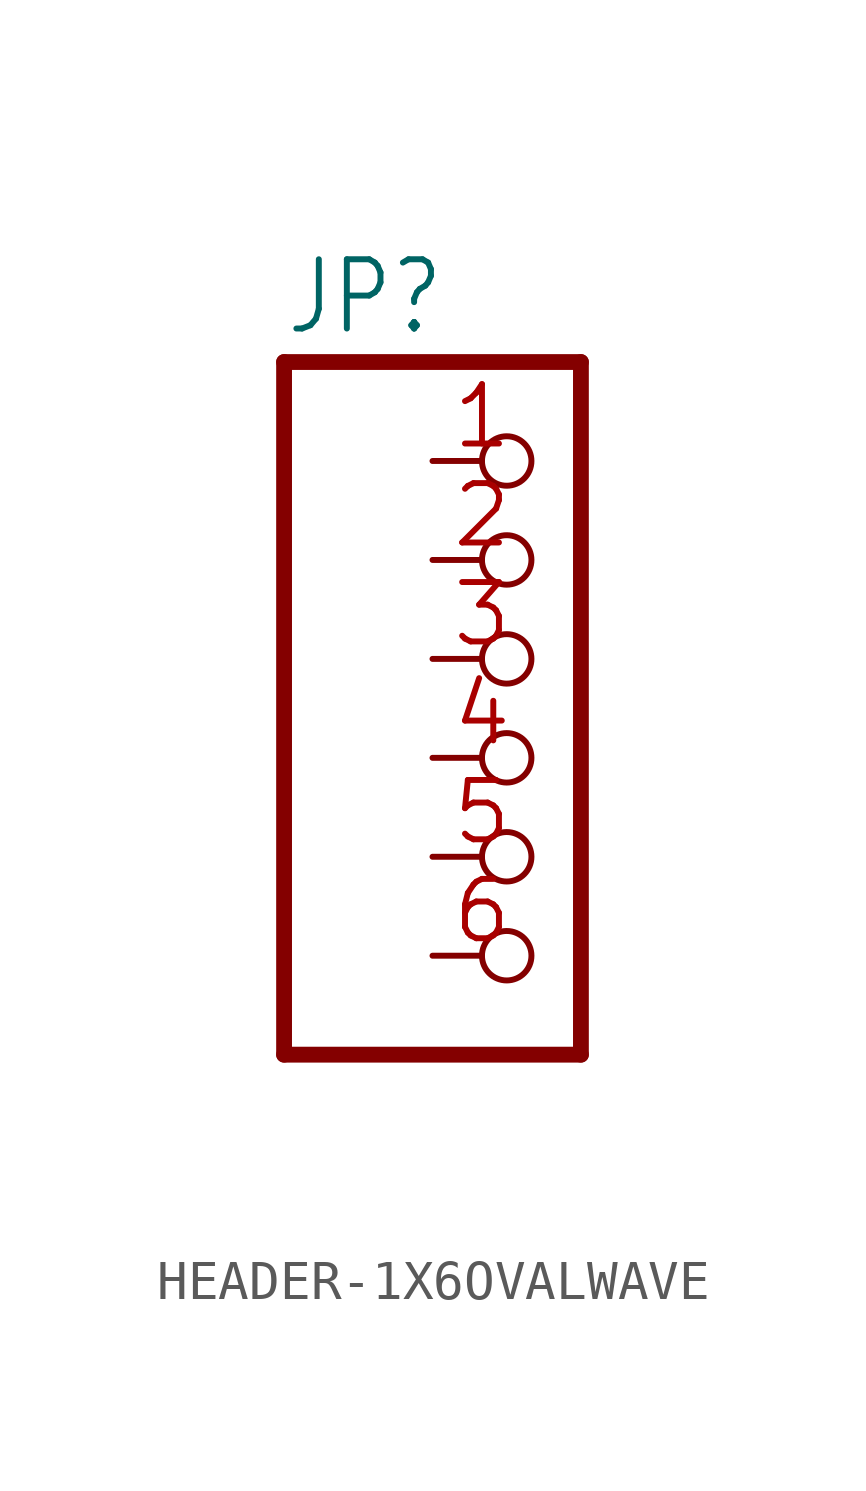
<source format=kicad_sym>
(kicad_symbol_lib
  (version 20241209)
  (generator "kicad_symbol_editor")
  (generator_version "9.0")
  (symbol "HEADER-1X6OVALWAVE"
    (property "Reference" "JP"
      (at -6.35 10.795 0)
      (effects (font (size 1.778 1.511)) (justify left bottom)))
    (property "Value" ""
      (at -6.35 -10.16 0)
      (effects (font (size 1.778 1.511)) (justify left bottom)))
    (property "ki_locked" ""
      (at 0 0 0)
      (effects (font (size 1.27 1.27))))
    (symbol "HEADER-1X6OVALWAVE_1_0"
      (polyline (pts (xy -6.35 10.16) (xy -6.35 -7.62)) (stroke (width 0.406) (type solid)) (fill (type none)))
      (polyline (pts (xy -6.35 -7.62) (xy 1.27 -7.62)) (stroke (width 0.406) (type solid)) (fill (type none)))
      (polyline (pts (xy 1.27 10.16) (xy -6.35 10.16)) (stroke (width 0.406) (type solid)) (fill (type none)))
      (polyline (pts (xy 1.27 -7.62) (xy 1.27 10.16)) (stroke (width 0.406) (type solid)) (fill (type none)))
      (pin passive inverted (at -2.54 7.62 0) (length 2.54) (name "1" (effects (font (size 0 0)))) (number "1" (effects (font (size 1.524 1.524)))))
      (pin passive inverted (at -2.54 5.08 0) (length 2.54) (name "2" (effects (font (size 0 0)))) (number "2" (effects (font (size 1.524 1.524)))))
      (pin passive inverted (at -2.54 2.54 0) (length 2.54) (name "3" (effects (font (size 0 0)))) (number "3" (effects (font (size 1.524 1.524)))))
      (pin passive inverted (at -2.54 0 0) (length 2.54) (name "4" (effects (font (size 0 0)))) (number "4" (effects (font (size 1.524 1.524)))))
      (pin passive inverted (at -2.54 -2.54 0) (length 2.54) (name "5" (effects (font (size 0 0)))) (number "5" (effects (font (size 1.524 1.524)))))
      (pin passive inverted (at -2.54 -5.08 0) (length 2.54) (name "6" (effects (font (size 0 0)))) (number "6" (effects (font (size 1.524 1.524))))))))
</source>
